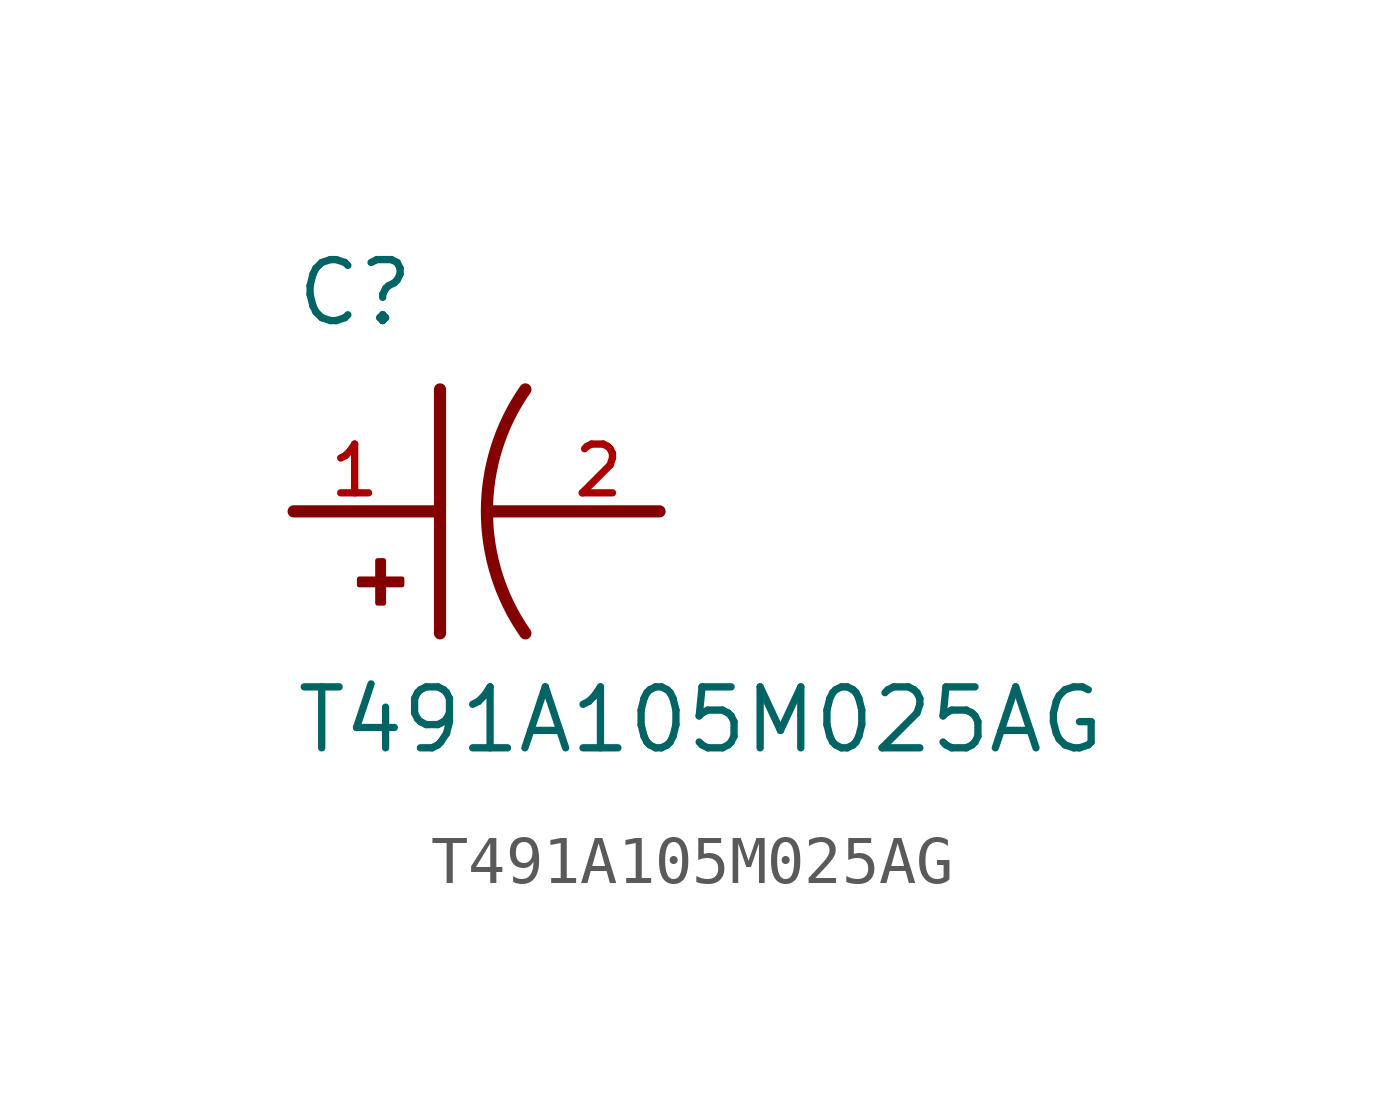
<source format=kicad_sym>
(kicad_symbol_lib
  (version 20211014)
  (generator kicad_symbol_editor)
  (symbol "T491A105M025AG"
    (pin_names
      (offset 1.016))
    (property "Reference" "C"
      (at -5.08 3.811 0)
      (effects (font (size 1.27 1.27)) (justify bottom left)))
    (property "Value" "T491A105M025AG"
      (at -5.08 -5.088 0)
      (effects (font (size 1.27 1.27)) (justify bottom left)))
    (symbol "T491A105M025AG_0_0"
      (arc (start -0.254 -2.54) (mid -1.0549 -0.0) (end -0.254 2.54) (stroke (width 0.254) (type default) (color 0 0 0 0)) (fill (type none)))
      (polyline (pts (xy -1.016 0.0) (xy 2.54 0.0)) (stroke (width 0.254)))
      (polyline (pts (xy -5.08 0.0) (xy -2.032 0.0)) (stroke (width 0.254)))
      (polyline (pts (xy -2.032 2.54) (xy -2.032 -2.54)) (stroke (width 0.254)))
      (rectangle (start -3.713 -1.532) (end -2.824 -1.405) (stroke (width 0.1)) (fill (type outline)))
      (rectangle (start -3.332 -1.913) (end -3.205 -1.024) (stroke (width 0.1)) (fill (type outline)))
      (pin passive line (at 2.54 0.0 180.0) (length 2.54) (name "~" (effects (font (size 1.016 1.016)))) (number "2" (effects (font (size 1.016 1.016)))))
      (pin passive line (at -5.08 0.0 0) (length 2.54) (name "~" (effects (font (size 1.016 1.016)))) (number "1" (effects (font (size 1.016 1.016))))))))
</source>
